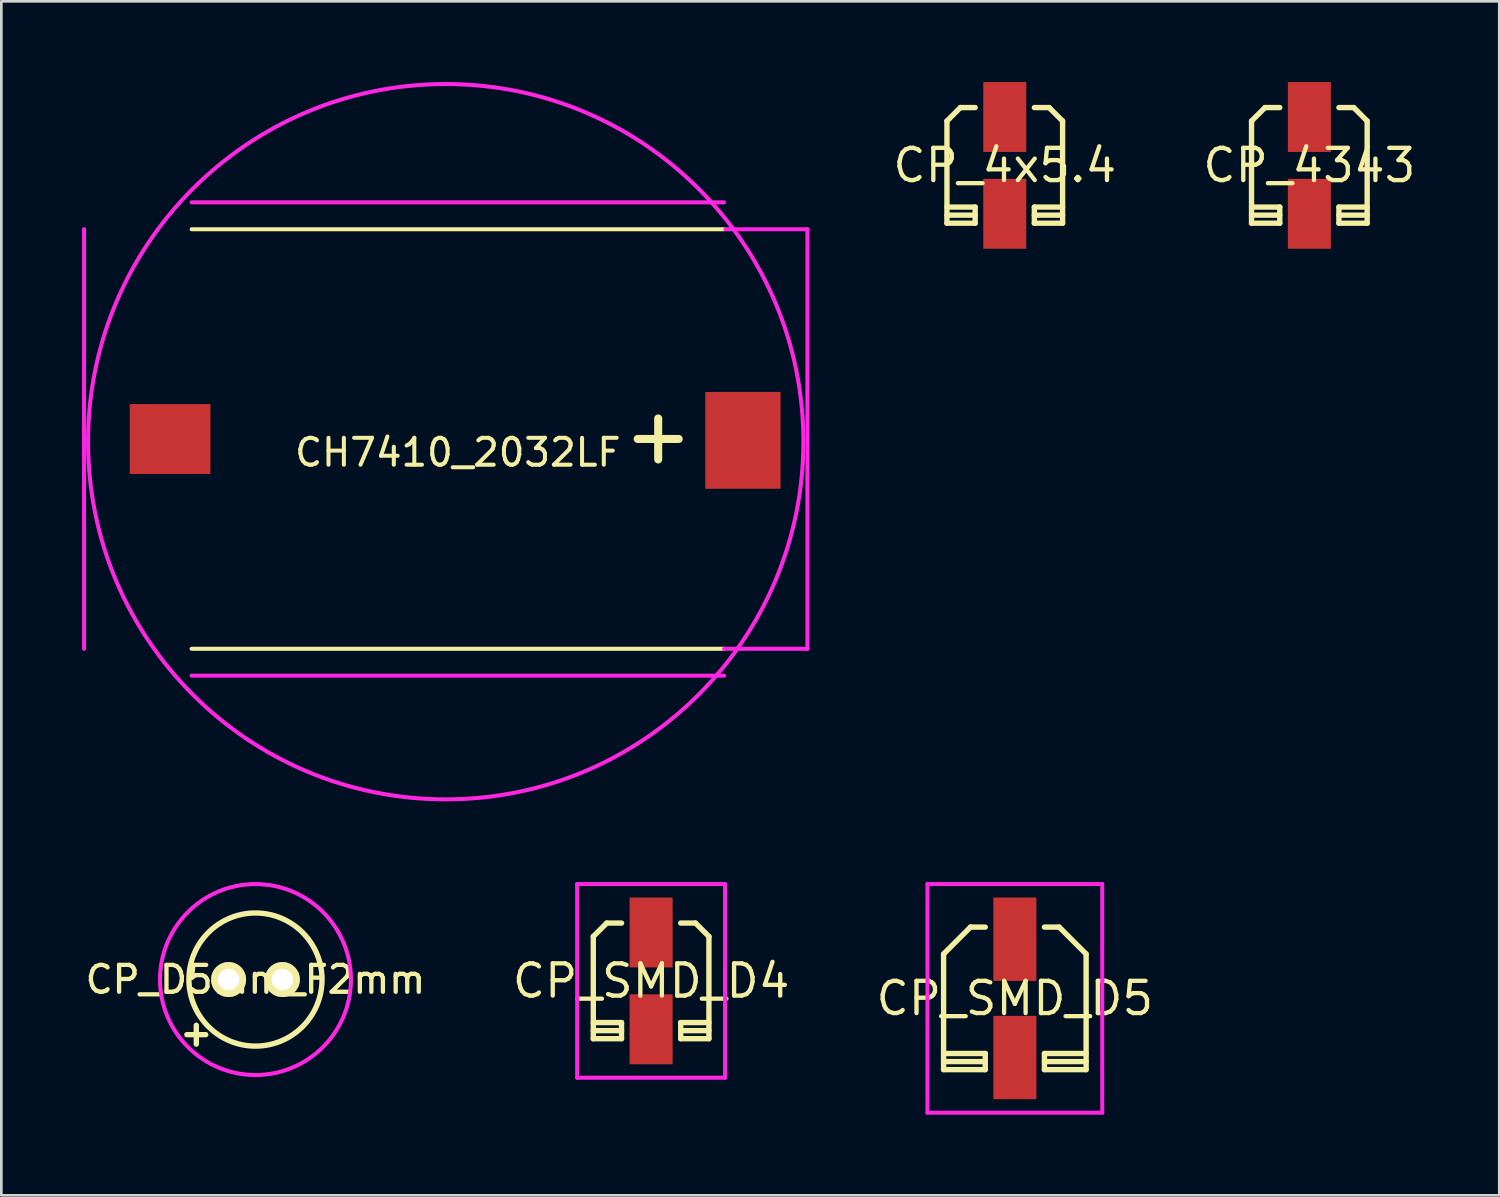
<source format=kicad_pcb>
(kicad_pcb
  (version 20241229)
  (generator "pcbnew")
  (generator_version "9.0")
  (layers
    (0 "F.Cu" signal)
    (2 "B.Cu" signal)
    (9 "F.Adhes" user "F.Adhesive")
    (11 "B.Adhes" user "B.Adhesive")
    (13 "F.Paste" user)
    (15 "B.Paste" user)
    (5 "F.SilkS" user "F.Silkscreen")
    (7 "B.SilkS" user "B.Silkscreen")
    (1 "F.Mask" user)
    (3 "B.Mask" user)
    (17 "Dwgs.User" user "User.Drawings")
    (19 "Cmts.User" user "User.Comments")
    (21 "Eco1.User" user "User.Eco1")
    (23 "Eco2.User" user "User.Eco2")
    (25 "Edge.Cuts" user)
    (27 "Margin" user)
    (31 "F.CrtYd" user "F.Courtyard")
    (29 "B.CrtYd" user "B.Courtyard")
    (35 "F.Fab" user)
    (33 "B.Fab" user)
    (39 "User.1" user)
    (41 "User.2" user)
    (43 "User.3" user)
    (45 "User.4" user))
  (footprint "CP_SMD_D5"
    (layer "F.Cu")
    (at 34.688 34.075)
    (property "Reference" "CP_SMD_D5" (at 0 0 0) (layer "F.SilkS") (effects (font (size 1.2 1.2) (thickness 0.16))))
    (attr through_hole)
    (fp_line (start -2.65 -1.65) (end -2.65 2.65) (stroke (width 0.2) (type solid)) (layer "F.SilkS"))
    (fp_line (start -2.65 -1.65) (end -1.65 -2.65) (stroke (width 0.2) (type solid)) (layer "F.SilkS"))
    (fp_line (start -2.65 2.35) (end -1.1 2.35) (stroke (width 0.2) (type solid)) (layer "F.SilkS"))
    (fp_line (start -2.65 2.65) (end -1.1 2.65) (stroke (width 0.2) (type solid)) (layer "F.SilkS"))
    (fp_line (start -1.65 -2.65) (end -1.1 -2.65) (stroke (width 0.2) (type solid)) (layer "F.SilkS"))
    (fp_line (start -1.1 2.05) (end -2.65 2.05) (stroke (width 0.2) (type solid)) (layer "F.SilkS"))
    (fp_line (start -1.1 2.65) (end -1.1 2.05) (stroke (width 0.2) (type solid)) (layer "F.SilkS"))
    (fp_line (start 1.1 2.05) (end 2.65 2.05) (stroke (width 0.2) (type solid)) (layer "F.SilkS"))
    (fp_line (start 1.1 2.35) (end 2.65 2.35) (stroke (width 0.2) (type solid)) (layer "F.SilkS"))
    (fp_line (start 1.1 2.65) (end 1.1 2.05) (stroke (width 0.2) (type solid)) (layer "F.SilkS"))
    (fp_line (start 1.65 -2.65) (end 1.1 -2.65) (stroke (width 0.2) (type solid)) (layer "F.SilkS"))
    (fp_line (start 2.65 -1.65) (end 1.65 -2.65) (stroke (width 0.2) (type solid)) (layer "F.SilkS"))
    (fp_line (start 2.65 -1.65) (end 2.65 2.65) (stroke (width 0.2) (type solid)) (layer "F.SilkS"))
    (fp_line (start 2.65 2.65) (end 1.1 2.65) (stroke (width 0.2) (type solid)) (layer "F.SilkS"))
    (fp_line (start -3.25 -4.25) (end 3.25 -4.25) (stroke (width 0.15) (type solid)) (layer "F.CrtYd"))
    (fp_line (start -3.25 4.25) (end -3.25 -4.25) (stroke (width 0.15) (type solid)) (layer "F.CrtYd"))
    (fp_line (start 3.25 -4.25) (end 3.25 4.25) (stroke (width 0.15) (type solid)) (layer "F.CrtYd"))
    (fp_line (start 3.25 4.25) (end -3.25 4.25) (stroke (width 0.15) (type solid)) (layer "F.CrtYd"))
    (pad "1" smd rect (at 0 -2.2) (size 1.6 3.1) (layers "F.Cu" "F.Mask" "F.Paste"))
    (pad "2" smd rect (at 0 2.2) (size 1.6 3.1) (layers "F.Cu" "F.Mask" "F.Paste")))
  (footprint "CP_SMD_D4"
    (layer "F.Cu")
    (at 21.162 33.425)
    (property "Reference" "CP_SMD_D4" (at 0 0 0) (layer "F.SilkS") (effects (font (size 1.2 1.2) (thickness 0.16))))
    (attr through_hole)
    (fp_line (start -2.15 -1.65) (end -2.15 2.15) (stroke (width 0.2) (type solid)) (layer "F.SilkS"))
    (fp_line (start -2.15 -1.65) (end -1.65 -2.15) (stroke (width 0.2) (type solid)) (layer "F.SilkS"))
    (fp_line (start -2.15 1.85) (end -1.1 1.85) (stroke (width 0.2) (type solid)) (layer "F.SilkS"))
    (fp_line (start -2.15 2.15) (end -1.1 2.15) (stroke (width 0.2) (type solid)) (layer "F.SilkS"))
    (fp_line (start -1.65 -2.15) (end -1.1 -2.15) (stroke (width 0.2) (type solid)) (layer "F.SilkS"))
    (fp_line (start -1.1 1.55) (end -2.15 1.55) (stroke (width 0.2) (type solid)) (layer "F.SilkS"))
    (fp_line (start -1.1 2.15) (end -1.1 1.55) (stroke (width 0.2) (type solid)) (layer "F.SilkS"))
    (fp_line (start 1.1 1.55) (end 2.15 1.55) (stroke (width 0.2) (type solid)) (layer "F.SilkS"))
    (fp_line (start 1.1 1.85) (end 2.15 1.85) (stroke (width 0.2) (type solid)) (layer "F.SilkS"))
    (fp_line (start 1.1 2.15) (end 1.1 1.55) (stroke (width 0.2) (type solid)) (layer "F.SilkS"))
    (fp_line (start 1.65 -2.15) (end 1.1 -2.15) (stroke (width 0.2) (type solid)) (layer "F.SilkS"))
    (fp_line (start 2.15 -1.65) (end 1.65 -2.15) (stroke (width 0.2) (type solid)) (layer "F.SilkS"))
    (fp_line (start 2.15 -1.65) (end 2.15 2.15) (stroke (width 0.2) (type solid)) (layer "F.SilkS"))
    (fp_line (start 2.15 2.15) (end 1.1 2.15) (stroke (width 0.2) (type solid)) (layer "F.SilkS"))
    (fp_line (start -2.75 -3.6) (end 2.75 -3.6) (stroke (width 0.15) (type solid)) (layer "F.CrtYd"))
    (fp_line (start -2.75 3.6) (end -2.75 -3.6) (stroke (width 0.15) (type solid)) (layer "F.CrtYd"))
    (fp_line (start 2.75 -3.6) (end 2.75 3.6) (stroke (width 0.15) (type solid)) (layer "F.CrtYd"))
    (fp_line (start 2.75 3.6) (end -2.75 3.6) (stroke (width 0.15) (type solid)) (layer "F.CrtYd"))
    (pad "1" smd rect (at 0 -1.8) (size 1.6 2.6) (layers "F.Cu" "F.Mask" "F.Paste"))
    (pad "2" smd rect (at 0 1.8) (size 1.6 2.6) (layers "F.Cu" "F.Mask" "F.Paste")))
  (footprint "CP_4343"
    (layer "F.Cu")
    (at 45.639 3.1)
    (property "Reference" "CP_4343" (at 0 0 0) (layer "F.SilkS") (effects (font (size 1.2 1.2) (thickness 0.16))))
    (attr through_hole)
    (fp_line (start -2.15 -1.65) (end -2.15 2.15) (stroke (width 0.2) (type solid)) (layer "F.SilkS"))
    (fp_line (start -2.15 -1.65) (end -1.65 -2.15) (stroke (width 0.2) (type solid)) (layer "F.SilkS"))
    (fp_line (start -2.15 1.85) (end -1.1 1.85) (stroke (width 0.2) (type solid)) (layer "F.SilkS"))
    (fp_line (start -2.15 2.15) (end -1.1 2.15) (stroke (width 0.2) (type solid)) (layer "F.SilkS"))
    (fp_line (start -1.65 -2.15) (end -1.1 -2.15) (stroke (width 0.2) (type solid)) (layer "F.SilkS"))
    (fp_line (start -1.1 1.55) (end -2.15 1.55) (stroke (width 0.2) (type solid)) (layer "F.SilkS"))
    (fp_line (start -1.1 2.15) (end -1.1 1.55) (stroke (width 0.2) (type solid)) (layer "F.SilkS"))
    (fp_line (start 1.1 1.55) (end 2.15 1.55) (stroke (width 0.2) (type solid)) (layer "F.SilkS"))
    (fp_line (start 1.1 1.85) (end 2.15 1.85) (stroke (width 0.2) (type solid)) (layer "F.SilkS"))
    (fp_line (start 1.1 2.15) (end 1.1 1.55) (stroke (width 0.2) (type solid)) (layer "F.SilkS"))
    (fp_line (start 1.65 -2.15) (end 1.1 -2.15) (stroke (width 0.2) (type solid)) (layer "F.SilkS"))
    (fp_line (start 2.15 -1.65) (end 1.65 -2.15) (stroke (width 0.2) (type solid)) (layer "F.SilkS"))
    (fp_line (start 2.15 -1.65) (end 2.15 2.15) (stroke (width 0.2) (type solid)) (layer "F.SilkS"))
    (fp_line (start 2.15 2.15) (end 1.1 2.15) (stroke (width 0.2) (type solid)) (layer "F.SilkS"))
    (pad "1" smd rect (at 0 -1.8) (size 1.6 2.6) (layers "F.Cu" "F.Mask" "F.Paste"))
    (pad "2" smd rect (at 0 1.8) (size 1.6 2.6) (layers "F.Cu" "F.Mask" "F.Paste")))
  (footprint "CH7410_2032LF"
    (layer "F.Cu")
    (at 13.975 13.275)
    (property "Reference" "CH7410_2032LF" (at 0 0.5 0) (layer "F.SilkS") (effects (font (size 1 1) (thickness 0.15))))
    (attr through_hole)
    (fp_line (start -9.9 -7.8) (end 9.9 -7.8) (stroke (width 0.15) (type solid)) (layer "F.SilkS"))
    (fp_line (start -9.9 7.8) (end 9.9 7.8) (stroke (width 0.15) (type solid)) (layer "F.SilkS"))
    (fp_line (start -13.9 7.8) (end -13.9 -7.8) (stroke (width 0.15) (type solid)) (layer "F.CrtYd"))
    (fp_line (start -9.9 -8.8) (end 9.9 -8.8) (stroke (width 0.15) (type solid)) (layer "F.CrtYd"))
    (fp_line (start -9.9 8.8) (end 9.9 8.8) (stroke (width 0.15) (type solid)) (layer "F.CrtYd"))
    (fp_line (start 9.9 7.8) (end 13 7.8) (stroke (width 0.15) (type solid)) (layer "F.CrtYd"))
    (fp_line (start 9.95 -7.8) (end 13 -7.8) (stroke (width 0.15) (type solid)) (layer "F.CrtYd"))
    (fp_line (start 13 7.8) (end 13 -7.8) (stroke (width 0.15) (type solid)) (layer "F.CrtYd"))
    (fp_circle (center -0.45 0.1) (end -13.75 0.05) (stroke (width 0.15) (type solid)) (fill no) (layer "F.CrtYd"))
    (fp_text user "+" (at 7.45 -0.15 0) (layer "F.SilkS") (effects (font (size 2 2) (thickness 0.3))))
    (pad "1" smd rect (at 10.6 0.05) (size 2.8 3.6) (layers "F.Cu" "F.Mask" "F.Paste"))
    (pad "2" smd rect (at -10.7 0) (size 3 2.6) (layers "F.Cu" "F.Mask" "F.Paste")))
  (footprint "CP_4x5.4"
    (layer "F.Cu")
    (at 34.313 3.1)
    (property "Reference" "CP_4x5.4" (at 0 0 0) (layer "F.SilkS") (effects (font (size 1.2 1.2) (thickness 0.16))))
    (attr through_hole)
    (fp_line (start -2.15 -1.65) (end -2.15 2.15) (stroke (width 0.2) (type solid)) (layer "F.SilkS"))
    (fp_line (start -2.15 -1.65) (end -1.65 -2.15) (stroke (width 0.2) (type solid)) (layer "F.SilkS"))
    (fp_line (start -2.15 1.85) (end -1.1 1.85) (stroke (width 0.2) (type solid)) (layer "F.SilkS"))
    (fp_line (start -2.15 2.15) (end -1.1 2.15) (stroke (width 0.2) (type solid)) (layer "F.SilkS"))
    (fp_line (start -1.65 -2.15) (end -1.1 -2.15) (stroke (width 0.2) (type solid)) (layer "F.SilkS"))
    (fp_line (start -1.1 1.55) (end -2.15 1.55) (stroke (width 0.2) (type solid)) (layer "F.SilkS"))
    (fp_line (start -1.1 2.15) (end -1.1 1.55) (stroke (width 0.2) (type solid)) (layer "F.SilkS"))
    (fp_line (start 1.1 1.55) (end 2.15 1.55) (stroke (width 0.2) (type solid)) (layer "F.SilkS"))
    (fp_line (start 1.1 1.85) (end 2.15 1.85) (stroke (width 0.2) (type solid)) (layer "F.SilkS"))
    (fp_line (start 1.1 2.15) (end 1.1 1.55) (stroke (width 0.2) (type solid)) (layer "F.SilkS"))
    (fp_line (start 1.65 -2.15) (end 1.1 -2.15) (stroke (width 0.2) (type solid)) (layer "F.SilkS"))
    (fp_line (start 2.15 -1.65) (end 1.65 -2.15) (stroke (width 0.2) (type solid)) (layer "F.SilkS"))
    (fp_line (start 2.15 -1.65) (end 2.15 2.15) (stroke (width 0.2) (type solid)) (layer "F.SilkS"))
    (fp_line (start 2.15 2.15) (end 1.1 2.15) (stroke (width 0.2) (type solid)) (layer "F.SilkS"))
    (pad "1" smd rect (at 0 -1.8) (size 1.6 2.6) (layers "F.Cu" "F.Mask" "F.Paste"))
    (pad "2" smd rect (at 0 1.8) (size 1.6 2.6) (layers "F.Cu" "F.Mask" "F.Paste")))
  (footprint "CP_D5mm_F2mm"
    (layer "F.Cu")
    (at 6.45 33.375)
    (property "Reference" "CP_D5mm_F2mm" (at 0 0 0) (layer "F.SilkS") (effects (font (size 1 1) (thickness 0.16))))
    (attr through_hole)
    (fp_line (start -2.55 2.05) (end -1.85 2.05) (stroke (width 0.2) (type solid)) (layer "F.SilkS"))
    (fp_line (start -2.2 1.7) (end -2.2 2.4) (stroke (width 0.2) (type solid)) (layer "F.SilkS"))
    (fp_circle (center 0 0) (end 1.75 1.75) (stroke (width 0.2) (type solid)) (fill no) (layer "F.SilkS"))
    (fp_circle (center 0 0) (end 3.55 0) (stroke (width 0.15) (type solid)) (fill no) (layer "F.CrtYd"))
    (pad "1" thru_hole circle (at -1 0) (size 1.3 1.3) (drill 0.8) (layers "*.Cu" "*.Mask" "F.SilkS"))
    (pad "2" thru_hole circle (at 1 0) (size 1.3 1.3) (drill 0.8) (layers "*.Cu" "*.Mask" "F.SilkS")))
  (gr_rect
    (start -3 -3)
    (end 52.701 41.4)
    (stroke (width 0.1) (type default))
    (fill no)
    (layer "Edge.Cuts")))
</source>
